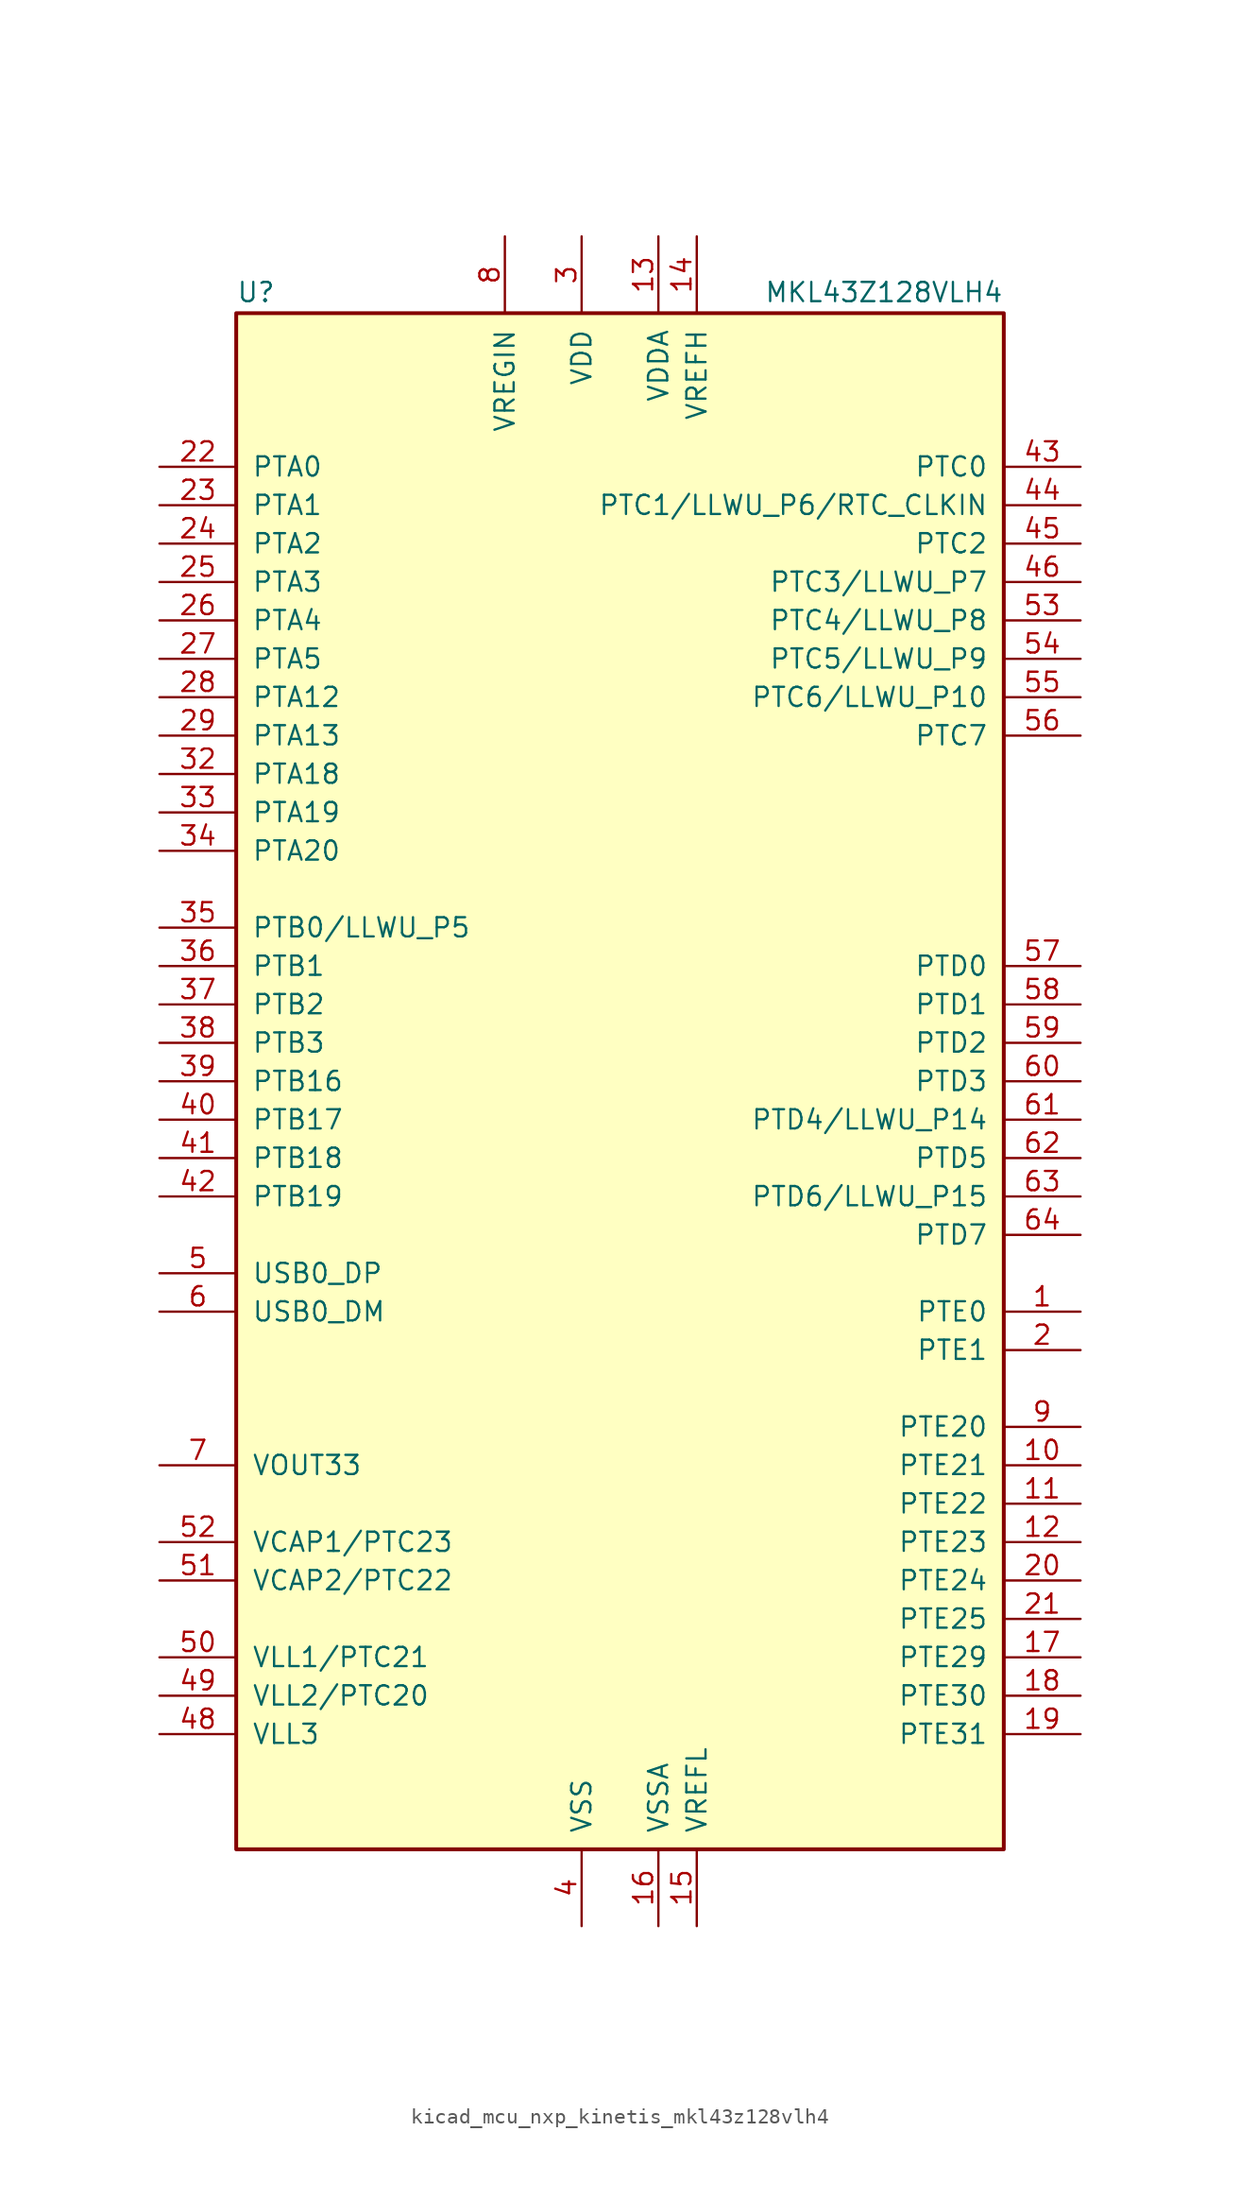
<source format=kicad_sym>
(kicad_symbol_lib
  (version 20220914)
  (generator kicad_symbol_editor)
  (symbol "kicad_mcu_nxp_kinetis_mkl43z128vlh4"
    (pin_names
      (offset 1.016))
    (property "Reference" "U"
      (at -25.4 51.435 0)
      (effects (font (size 1.27 1.27)) (justify left bottom)))
    (property "Value" "MKL43Z128VLH4"
      (at 25.4 51.435 0)
      (effects (font (size 1.27 1.27)) (justify right bottom)))
    (symbol "kicad_mcu_nxp_kinetis_mkl43z128vlh4_0_1"
      (rectangle (start -25.4 50.8) (end 25.4 -50.8) (stroke (width 0.254) (type default)) (fill (type background))))
    (symbol "kicad_mcu_nxp_kinetis_mkl43z128vlh4_1_1"
      (pin bidirectional line (at 30.48 -15.24 180) (length 5.08) (name "PTE0" (effects (font (size 1.27 1.27)))) (number "1" (effects (font (size 1.27 1.27)))))
      (pin bidirectional line (at 30.48 -25.4 180) (length 5.08) (name "PTE21" (effects (font (size 1.27 1.27)))) (number "10" (effects (font (size 1.27 1.27)))))
      (pin bidirectional line (at 30.48 -27.94 180) (length 5.08) (name "PTE22" (effects (font (size 1.27 1.27)))) (number "11" (effects (font (size 1.27 1.27)))))
      (pin bidirectional line (at 30.48 -30.48 180) (length 5.08) (name "PTE23" (effects (font (size 1.27 1.27)))) (number "12" (effects (font (size 1.27 1.27)))))
      (pin power_in line (at 2.54 55.88 270) (length 5.08) (name "VDDA" (effects (font (size 1.27 1.27)))) (number "13" (effects (font (size 1.27 1.27)))))
      (pin power_in line (at 5.08 55.88 270) (length 5.08) (name "VREFH" (effects (font (size 1.27 1.27)))) (number "14" (effects (font (size 1.27 1.27)))))
      (pin power_in line (at 5.08 -55.88 90) (length 5.08) (name "VREFL" (effects (font (size 1.27 1.27)))) (number "15" (effects (font (size 1.27 1.27)))))
      (pin power_in line (at 2.54 -55.88 90) (length 5.08) (name "VSSA" (effects (font (size 1.27 1.27)))) (number "16" (effects (font (size 1.27 1.27)))))
      (pin bidirectional line (at 30.48 -38.1 180) (length 5.08) (name "PTE29" (effects (font (size 1.27 1.27)))) (number "17" (effects (font (size 1.27 1.27)))))
      (pin bidirectional line (at 30.48 -40.64 180) (length 5.08) (name "PTE30" (effects (font (size 1.27 1.27)))) (number "18" (effects (font (size 1.27 1.27)))))
      (pin bidirectional line (at 30.48 -43.18 180) (length 5.08) (name "PTE31" (effects (font (size 1.27 1.27)))) (number "19" (effects (font (size 1.27 1.27)))))
      (pin bidirectional line (at 30.48 -17.78 180) (length 5.08) (name "PTE1" (effects (font (size 1.27 1.27)))) (number "2" (effects (font (size 1.27 1.27)))))
      (pin bidirectional line (at 30.48 -33.02 180) (length 5.08) (name "PTE24" (effects (font (size 1.27 1.27)))) (number "20" (effects (font (size 1.27 1.27)))))
      (pin bidirectional line (at 30.48 -35.56 180) (length 5.08) (name "PTE25" (effects (font (size 1.27 1.27)))) (number "21" (effects (font (size 1.27 1.27)))))
      (pin bidirectional line (at -30.48 40.64 0) (length 5.08) (name "PTA0" (effects (font (size 1.27 1.27)))) (number "22" (effects (font (size 1.27 1.27)))))
      (pin bidirectional line (at -30.48 38.1 0) (length 5.08) (name "PTA1" (effects (font (size 1.27 1.27)))) (number "23" (effects (font (size 1.27 1.27)))))
      (pin bidirectional line (at -30.48 35.56 0) (length 5.08) (name "PTA2" (effects (font (size 1.27 1.27)))) (number "24" (effects (font (size 1.27 1.27)))))
      (pin bidirectional line (at -30.48 33.02 0) (length 5.08) (name "PTA3" (effects (font (size 1.27 1.27)))) (number "25" (effects (font (size 1.27 1.27)))))
      (pin bidirectional line (at -30.48 30.48 0) (length 5.08) (name "PTA4" (effects (font (size 1.27 1.27)))) (number "26" (effects (font (size 1.27 1.27)))))
      (pin bidirectional line (at -30.48 27.94 0) (length 5.08) (name "PTA5" (effects (font (size 1.27 1.27)))) (number "27" (effects (font (size 1.27 1.27)))))
      (pin bidirectional line (at -30.48 25.4 0) (length 5.08) (name "PTA12" (effects (font (size 1.27 1.27)))) (number "28" (effects (font (size 1.27 1.27)))))
      (pin bidirectional line (at -30.48 22.86 0) (length 5.08) (name "PTA13" (effects (font (size 1.27 1.27)))) (number "29" (effects (font (size 1.27 1.27)))))
      (pin power_in line (at -2.54 55.88 270) (length 5.08) (name "VDD" (effects (font (size 1.27 1.27)))) (number "3" (effects (font (size 1.27 1.27)))))
      (pin passive line (at -2.54 55.88 270) (length 5.08) hide (name "VDD" (effects (font (size 1.27 1.27)))) (number "30" (effects (font (size 1.27 1.27)))))
      (pin passive line (at -2.54 -55.88 90) (length 5.08) hide (name "VSS" (effects (font (size 1.27 1.27)))) (number "31" (effects (font (size 1.27 1.27)))))
      (pin bidirectional line (at -30.48 20.32 0) (length 5.08) (name "PTA18" (effects (font (size 1.27 1.27)))) (number "32" (effects (font (size 1.27 1.27)))))
      (pin bidirectional line (at -30.48 17.78 0) (length 5.08) (name "PTA19" (effects (font (size 1.27 1.27)))) (number "33" (effects (font (size 1.27 1.27)))))
      (pin bidirectional line (at -30.48 15.24 0) (length 5.08) (name "PTA20" (effects (font (size 1.27 1.27)))) (number "34" (effects (font (size 1.27 1.27)))))
      (pin bidirectional line (at -30.48 10.16 0) (length 5.08) (name "PTB0/LLWU_P5" (effects (font (size 1.27 1.27)))) (number "35" (effects (font (size 1.27 1.27)))))
      (pin bidirectional line (at -30.48 7.62 0) (length 5.08) (name "PTB1" (effects (font (size 1.27 1.27)))) (number "36" (effects (font (size 1.27 1.27)))))
      (pin bidirectional line (at -30.48 5.08 0) (length 5.08) (name "PTB2" (effects (font (size 1.27 1.27)))) (number "37" (effects (font (size 1.27 1.27)))))
      (pin bidirectional line (at -30.48 2.54 0) (length 5.08) (name "PTB3" (effects (font (size 1.27 1.27)))) (number "38" (effects (font (size 1.27 1.27)))))
      (pin bidirectional line (at -30.48 0 0) (length 5.08) (name "PTB16" (effects (font (size 1.27 1.27)))) (number "39" (effects (font (size 1.27 1.27)))))
      (pin power_in line (at -2.54 -55.88 90) (length 5.08) (name "VSS" (effects (font (size 1.27 1.27)))) (number "4" (effects (font (size 1.27 1.27)))))
      (pin bidirectional line (at -30.48 -2.54 0) (length 5.08) (name "PTB17" (effects (font (size 1.27 1.27)))) (number "40" (effects (font (size 1.27 1.27)))))
      (pin bidirectional line (at -30.48 -5.08 0) (length 5.08) (name "PTB18" (effects (font (size 1.27 1.27)))) (number "41" (effects (font (size 1.27 1.27)))))
      (pin bidirectional line (at -30.48 -7.62 0) (length 5.08) (name "PTB19" (effects (font (size 1.27 1.27)))) (number "42" (effects (font (size 1.27 1.27)))))
      (pin bidirectional line (at 30.48 40.64 180) (length 5.08) (name "PTC0" (effects (font (size 1.27 1.27)))) (number "43" (effects (font (size 1.27 1.27)))))
      (pin bidirectional line (at 30.48 38.1 180) (length 5.08) (name "PTC1/LLWU_P6/RTC_CLKIN" (effects (font (size 1.27 1.27)))) (number "44" (effects (font (size 1.27 1.27)))))
      (pin bidirectional line (at 30.48 35.56 180) (length 5.08) (name "PTC2" (effects (font (size 1.27 1.27)))) (number "45" (effects (font (size 1.27 1.27)))))
      (pin bidirectional line (at 30.48 33.02 180) (length 5.08) (name "PTC3/LLWU_P7" (effects (font (size 1.27 1.27)))) (number "46" (effects (font (size 1.27 1.27)))))
      (pin passive line (at -2.54 -55.88 90) (length 5.08) hide (name "VSS" (effects (font (size 1.27 1.27)))) (number "47" (effects (font (size 1.27 1.27)))))
      (pin power_out line (at -30.48 -43.18 0) (length 5.08) (name "VLL3" (effects (font (size 1.27 1.27)))) (number "48" (effects (font (size 1.27 1.27)))))
      (pin power_out line (at -30.48 -40.64 0) (length 5.08) (name "VLL2/PTC20" (effects (font (size 1.27 1.27)))) (number "49" (effects (font (size 1.27 1.27)))))
      (pin bidirectional line (at -30.48 -12.7 0) (length 5.08) (name "USB0_DP" (effects (font (size 1.27 1.27)))) (number "5" (effects (font (size 1.27 1.27)))))
      (pin power_out line (at -30.48 -38.1 0) (length 5.08) (name "VLL1/PTC21" (effects (font (size 1.27 1.27)))) (number "50" (effects (font (size 1.27 1.27)))))
      (pin passive line (at -30.48 -33.02 0) (length 5.08) (name "VCAP2/PTC22" (effects (font (size 1.27 1.27)))) (number "51" (effects (font (size 1.27 1.27)))))
      (pin passive line (at -30.48 -30.48 0) (length 5.08) (name "VCAP1/PTC23" (effects (font (size 1.27 1.27)))) (number "52" (effects (font (size 1.27 1.27)))))
      (pin bidirectional line (at 30.48 30.48 180) (length 5.08) (name "PTC4/LLWU_P8" (effects (font (size 1.27 1.27)))) (number "53" (effects (font (size 1.27 1.27)))))
      (pin bidirectional line (at 30.48 27.94 180) (length 5.08) (name "PTC5/LLWU_P9" (effects (font (size 1.27 1.27)))) (number "54" (effects (font (size 1.27 1.27)))))
      (pin bidirectional line (at 30.48 25.4 180) (length 5.08) (name "PTC6/LLWU_P10" (effects (font (size 1.27 1.27)))) (number "55" (effects (font (size 1.27 1.27)))))
      (pin bidirectional line (at 30.48 22.86 180) (length 5.08) (name "PTC7" (effects (font (size 1.27 1.27)))) (number "56" (effects (font (size 1.27 1.27)))))
      (pin bidirectional line (at 30.48 7.62 180) (length 5.08) (name "PTD0" (effects (font (size 1.27 1.27)))) (number "57" (effects (font (size 1.27 1.27)))))
      (pin bidirectional line (at 30.48 5.08 180) (length 5.08) (name "PTD1" (effects (font (size 1.27 1.27)))) (number "58" (effects (font (size 1.27 1.27)))))
      (pin bidirectional line (at 30.48 2.54 180) (length 5.08) (name "PTD2" (effects (font (size 1.27 1.27)))) (number "59" (effects (font (size 1.27 1.27)))))
      (pin bidirectional line (at -30.48 -15.24 0) (length 5.08) (name "USB0_DM" (effects (font (size 1.27 1.27)))) (number "6" (effects (font (size 1.27 1.27)))))
      (pin bidirectional line (at 30.48 0 180) (length 5.08) (name "PTD3" (effects (font (size 1.27 1.27)))) (number "60" (effects (font (size 1.27 1.27)))))
      (pin bidirectional line (at 30.48 -2.54 180) (length 5.08) (name "PTD4/LLWU_P14" (effects (font (size 1.27 1.27)))) (number "61" (effects (font (size 1.27 1.27)))))
      (pin bidirectional line (at 30.48 -5.08 180) (length 5.08) (name "PTD5" (effects (font (size 1.27 1.27)))) (number "62" (effects (font (size 1.27 1.27)))))
      (pin bidirectional line (at 30.48 -7.62 180) (length 5.08) (name "PTD6/LLWU_P15" (effects (font (size 1.27 1.27)))) (number "63" (effects (font (size 1.27 1.27)))))
      (pin bidirectional line (at 30.48 -10.16 180) (length 5.08) (name "PTD7" (effects (font (size 1.27 1.27)))) (number "64" (effects (font (size 1.27 1.27)))))
      (pin power_out line (at -30.48 -25.4 0) (length 5.08) (name "VOUT33" (effects (font (size 1.27 1.27)))) (number "7" (effects (font (size 1.27 1.27)))))
      (pin power_in line (at -7.62 55.88 270) (length 5.08) (name "VREGIN" (effects (font (size 1.27 1.27)))) (number "8" (effects (font (size 1.27 1.27)))))
      (pin bidirectional line (at 30.48 -22.86 180) (length 5.08) (name "PTE20" (effects (font (size 1.27 1.27)))) (number "9" (effects (font (size 1.27 1.27))))))))
</source>
